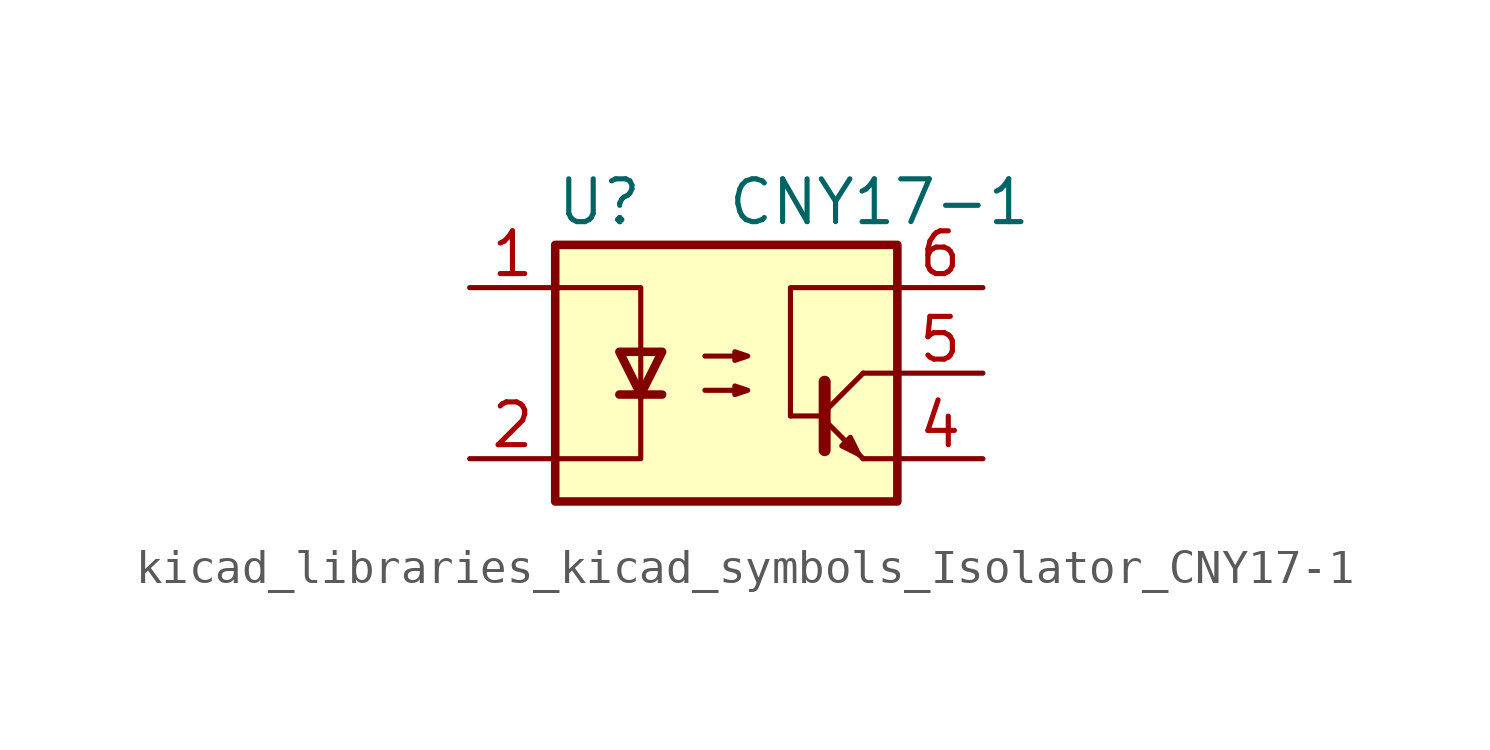
<source format=kicad_sym>
(kicad_symbol_lib
  (version 20220914)
  (generator kicad_symbol_editor)
  (symbol "kicad_libraries_kicad_symbols_Isolator_CNY17-1"
    (pin_names
      (offset 1.016))
    (property "Reference" "U"
      (at -5.08 5.08 0)
      (effects (font (size 1.27 1.27)) (justify left)))
    (property "Value" "CNY17-1"
      (at 0 5.08 0)
      (effects (font (size 1.27 1.27)) (justify left)))
    (symbol "kicad_libraries_kicad_symbols_Isolator_CNY17-1_0_1"
      (rectangle (start -5.08 3.81) (end 5.08 -3.81) (stroke (width 0.254) (type default)) (fill (type background)))
      (polyline (pts (xy -3.175 -0.635) (xy -1.905 -0.635)) (stroke (width 0.254) (type default)) (fill (type none)))
      (polyline (pts (xy 2.921 -1.397) (xy 4.064 -2.54)) (stroke (width 0) (type default)) (fill (type none)))
      (polyline (pts (xy 2.921 -1.27) (xy 1.905 -1.27)) (stroke (width 0) (type default)) (fill (type none)))
      (polyline (pts (xy 2.921 -1.143) (xy 4.064 0)) (stroke (width 0) (type default)) (fill (type none)))
      (polyline (pts (xy 4.064 -2.54) (xy 5.08 -2.54)) (stroke (width 0) (type default)) (fill (type none)))
      (polyline (pts (xy 5.08 0) (xy 4.064 0)) (stroke (width 0) (type default)) (fill (type none)))
      (polyline (pts (xy -5.08 2.54) (xy -2.54 2.54) (xy -2.54 -0.762)) (stroke (width 0) (type default)) (fill (type none)))
      (polyline (pts (xy -2.54 -0.635) (xy -2.54 -2.54) (xy -5.08 -2.54)) (stroke (width 0) (type default)) (fill (type none)))
      (polyline (pts (xy 1.905 -1.27) (xy 1.905 2.54) (xy 5.08 2.54)) (stroke (width 0) (type default)) (fill (type none)))
      (polyline (pts (xy 2.921 -0.254) (xy 2.921 -2.286) (xy 2.921 -2.286)) (stroke (width 0.356) (type default)) (fill (type none)))
      (polyline (pts (xy -2.54 -0.635) (xy -3.175 0.635) (xy -1.905 0.635) (xy -2.54 -0.635)) (stroke (width 0.254) (type default)) (fill (type none)))
      (polyline (pts (xy 3.937 -2.413) (xy 3.683 -1.905) (xy 3.429 -2.159) (xy 3.937 -2.413)) (stroke (width 0) (type default)) (fill (type none)))
      (polyline (pts (xy -0.635 -0.508) (xy 0.635 -0.508) (xy 0.254 -0.635) (xy 0.254 -0.381) (xy 0.635 -0.508)) (stroke (width 0) (type default)) (fill (type none)))
      (polyline (pts (xy -0.635 0.508) (xy 0.635 0.508) (xy 0.254 0.381) (xy 0.254 0.635) (xy 0.635 0.508)) (stroke (width 0) (type default)) (fill (type none))))
    (symbol "kicad_libraries_kicad_symbols_Isolator_CNY17-1_1_1"
      (pin passive line (at -7.62 2.54 0) (length 2.54) (name "~" (effects (font (size 1.27 1.27)))) (number "1" (effects (font (size 1.27 1.27)))))
      (pin passive line (at -7.62 -2.54 0) (length 2.54) (name "~" (effects (font (size 1.27 1.27)))) (number "2" (effects (font (size 1.27 1.27)))))
      (pin no_connect line (at -5.08 0 0) (length 2.54) hide (name "NC" (effects (font (size 1.27 1.27)))) (number "3" (effects (font (size 1.27 1.27)))))
      (pin passive line (at 7.62 -2.54 180) (length 2.54) (name "~" (effects (font (size 1.27 1.27)))) (number "4" (effects (font (size 1.27 1.27)))))
      (pin passive line (at 7.62 0 180) (length 2.54) (name "~" (effects (font (size 1.27 1.27)))) (number "5" (effects (font (size 1.27 1.27)))))
      (pin passive line (at 7.62 2.54 180) (length 2.54) (name "~" (effects (font (size 1.27 1.27)))) (number "6" (effects (font (size 1.27 1.27))))))))
</source>
